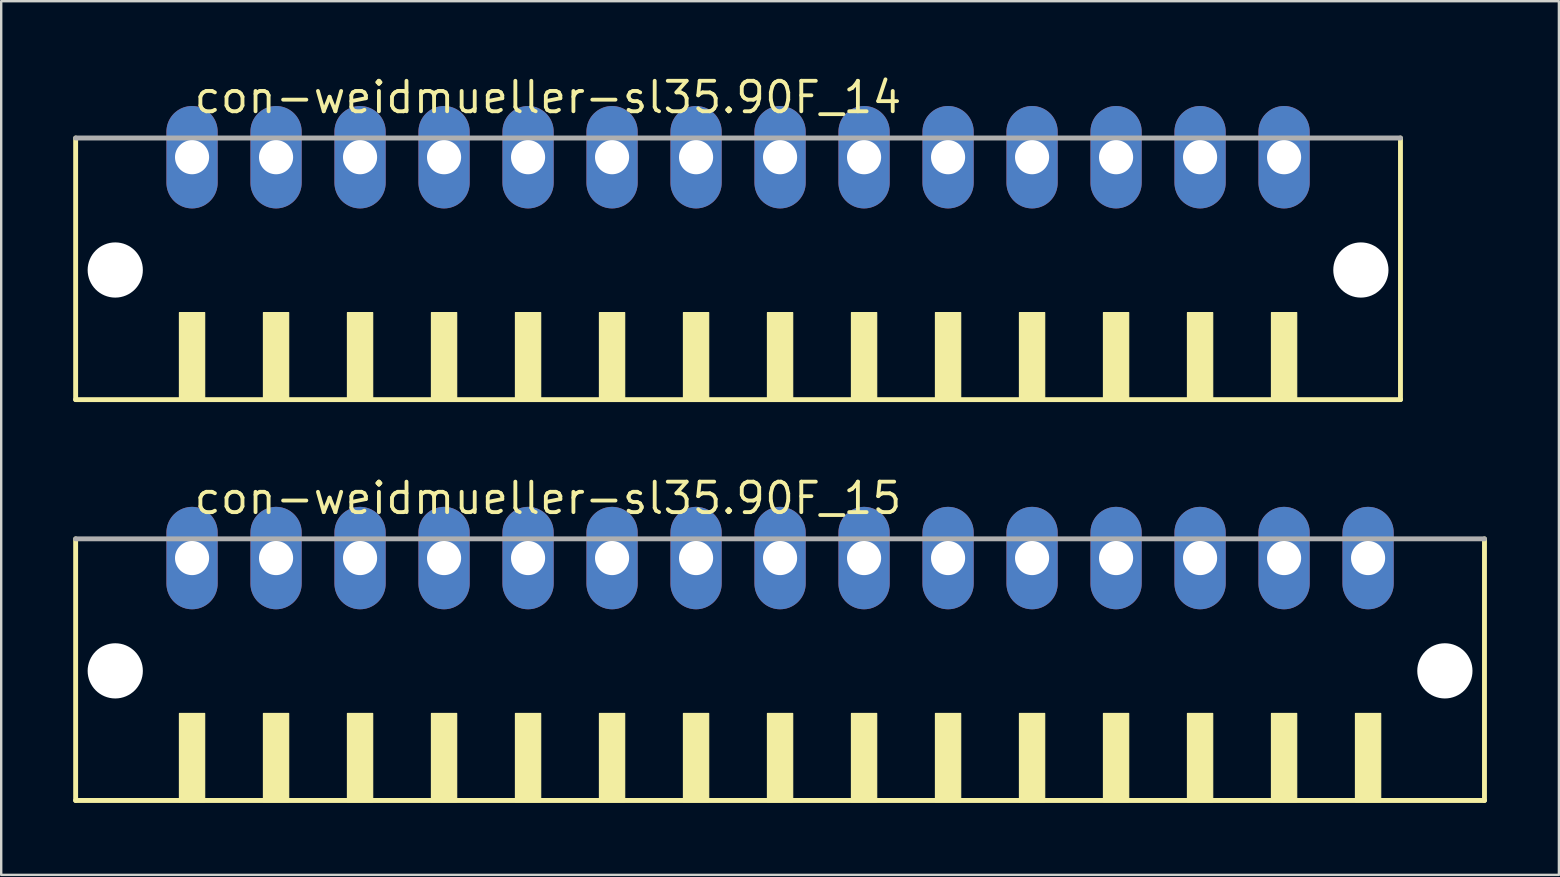
<source format=kicad_pcb>
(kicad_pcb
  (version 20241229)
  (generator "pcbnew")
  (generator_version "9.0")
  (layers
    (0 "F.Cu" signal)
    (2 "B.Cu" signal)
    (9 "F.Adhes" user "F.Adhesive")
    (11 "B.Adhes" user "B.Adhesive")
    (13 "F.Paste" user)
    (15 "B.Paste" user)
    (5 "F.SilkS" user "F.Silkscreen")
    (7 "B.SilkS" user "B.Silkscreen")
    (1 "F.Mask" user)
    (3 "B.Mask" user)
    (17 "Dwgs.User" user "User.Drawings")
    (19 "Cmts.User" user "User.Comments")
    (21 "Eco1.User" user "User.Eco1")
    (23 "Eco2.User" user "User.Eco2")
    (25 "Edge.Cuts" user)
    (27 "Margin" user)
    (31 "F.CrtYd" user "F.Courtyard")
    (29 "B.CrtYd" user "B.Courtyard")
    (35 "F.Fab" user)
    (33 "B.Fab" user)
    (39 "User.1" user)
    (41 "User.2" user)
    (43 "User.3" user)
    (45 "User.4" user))
  (footprint "con-weidmueller-sl35.90F_15"
    (layer "F.Cu")
    (at 29.452 25.452)
    (property "Reference" "con-weidmueller-sl35.90F_15" (at -24.5 -7 0) (layer "F.SilkS") (effects (font (size 1.27 1.27) (thickness 0.16)) (justify left bottom)))
    (attr through_hole)
    (fp_line (start -29.35 -6.05) (end -29.35 4.85) (stroke (width 0.203) (type default)) (layer "F.SilkS"))
    (fp_line (start -29.35 4.85) (end 29.35 4.85) (stroke (width 0.203) (type default)) (layer "F.SilkS"))
    (fp_line (start 29.35 4.85) (end 29.35 -6.05) (stroke (width 0.203) (type default)) (layer "F.SilkS"))
    (fp_rect (start -25.025 4.9) (end -23.975 1.225) (stroke (width 0.05) (type default)) (fill yes) (layer "F.SilkS"))
    (fp_rect (start -21.525 4.9) (end -20.475 1.225) (stroke (width 0.05) (type default)) (fill yes) (layer "F.SilkS"))
    (fp_rect (start -18.025 4.9) (end -16.975 1.225) (stroke (width 0.05) (type default)) (fill yes) (layer "F.SilkS"))
    (fp_rect (start -14.525 4.9) (end -13.475 1.225) (stroke (width 0.05) (type default)) (fill yes) (layer "F.SilkS"))
    (fp_rect (start -11.025 4.9) (end -9.975 1.225) (stroke (width 0.05) (type default)) (fill yes) (layer "F.SilkS"))
    (fp_rect (start -7.525 4.9) (end -6.475 1.225) (stroke (width 0.05) (type default)) (fill yes) (layer "F.SilkS"))
    (fp_rect (start -4.025 4.9) (end -2.975 1.225) (stroke (width 0.05) (type default)) (fill yes) (layer "F.SilkS"))
    (fp_rect (start -0.525 4.9) (end 0.525 1.225) (stroke (width 0.05) (type default)) (fill yes) (layer "F.SilkS"))
    (fp_rect (start 2.975 4.9) (end 4.025 1.225) (stroke (width 0.05) (type default)) (fill yes) (layer "F.SilkS"))
    (fp_rect (start 6.475 4.9) (end 7.525 1.225) (stroke (width 0.05) (type default)) (fill yes) (layer "F.SilkS"))
    (fp_rect (start 9.975 4.9) (end 11.025 1.225) (stroke (width 0.05) (type default)) (fill yes) (layer "F.SilkS"))
    (fp_rect (start 13.475 4.9) (end 14.525 1.225) (stroke (width 0.05) (type default)) (fill yes) (layer "F.SilkS"))
    (fp_rect (start 16.975 4.9) (end 18.025 1.225) (stroke (width 0.05) (type default)) (fill yes) (layer "F.SilkS"))
    (fp_rect (start 20.475 4.9) (end 21.525 1.225) (stroke (width 0.05) (type default)) (fill yes) (layer "F.SilkS"))
    (fp_rect (start 23.975 4.9) (end 25.025 1.225) (stroke (width 0.05) (type default)) (fill yes) (layer "F.SilkS"))
    (fp_line (start 29.35 -6.05) (end -29.35 -6.05) (stroke (width 0.203) (type default)) (layer "F.Fab"))
    (pad "" np_thru_hole circle (at -27.7 -0.55) (size 2.3 2.3) (drill 2.3) (layers "*.Cu" "*.Mask"))
    (pad "" np_thru_hole circle (at 27.7 -0.55) (size 2.3 2.3) (drill 2.3) (layers "*.Cu" "*.Mask"))
    (pad "1" thru_hole oval (at -24.5 -5.25 90) (size 4.267 2.134) (drill 1.422) (layers "*.Cu" "*.Mask"))
    (pad "2" thru_hole oval (at -21 -5.25 90) (size 4.267 2.134) (drill 1.422) (layers "*.Cu" "*.Mask"))
    (pad "3" thru_hole oval (at -17.5 -5.25 90) (size 4.267 2.134) (drill 1.422) (layers "*.Cu" "*.Mask"))
    (pad "4" thru_hole oval (at -14 -5.25 90) (size 4.267 2.134) (drill 1.422) (layers "*.Cu" "*.Mask"))
    (pad "5" thru_hole oval (at -10.5 -5.25 90) (size 4.267 2.134) (drill 1.422) (layers "*.Cu" "*.Mask"))
    (pad "6" thru_hole oval (at -7 -5.25 90) (size 4.267 2.134) (drill 1.422) (layers "*.Cu" "*.Mask"))
    (pad "7" thru_hole oval (at -3.5 -5.25 90) (size 4.267 2.134) (drill 1.422) (layers "*.Cu" "*.Mask"))
    (pad "8" thru_hole oval (at 0 -5.25 90) (size 4.267 2.134) (drill 1.422) (layers "*.Cu" "*.Mask"))
    (pad "9" thru_hole oval (at 3.5 -5.25 90) (size 4.267 2.134) (drill 1.422) (layers "*.Cu" "*.Mask"))
    (pad "10" thru_hole oval (at 7 -5.25 90) (size 4.267 2.134) (drill 1.422) (layers "*.Cu" "*.Mask"))
    (pad "11" thru_hole oval (at 10.5 -5.25 90) (size 4.267 2.134) (drill 1.422) (layers "*.Cu" "*.Mask"))
    (pad "12" thru_hole oval (at 14 -5.25 90) (size 4.267 2.134) (drill 1.422) (layers "*.Cu" "*.Mask"))
    (pad "13" thru_hole oval (at 17.5 -5.25 90) (size 4.267 2.134) (drill 1.422) (layers "*.Cu" "*.Mask"))
    (pad "14" thru_hole oval (at 21 -5.25 90) (size 4.267 2.134) (drill 1.422) (layers "*.Cu" "*.Mask"))
    (pad "15" thru_hole oval (at 24.5 -5.25 90) (size 4.267 2.134) (drill 1.422) (layers "*.Cu" "*.Mask")))
  (footprint "con-weidmueller-sl35.90F_14"
    (layer "F.Cu")
    (at 27.702 8.75)
    (property "Reference" "con-weidmueller-sl35.90F_14" (at -22.75 -7 0) (layer "F.SilkS") (effects (font (size 1.27 1.27) (thickness 0.16)) (justify left bottom)))
    (attr through_hole)
    (fp_line (start -27.6 -6.05) (end -27.6 4.85) (stroke (width 0.203) (type default)) (layer "F.SilkS"))
    (fp_line (start -27.6 4.85) (end 27.6 4.85) (stroke (width 0.203) (type default)) (layer "F.SilkS"))
    (fp_line (start 27.6 4.85) (end 27.6 -6.05) (stroke (width 0.203) (type default)) (layer "F.SilkS"))
    (fp_rect (start -23.275 4.9) (end -22.225 1.225) (stroke (width 0.05) (type default)) (fill yes) (layer "F.SilkS"))
    (fp_rect (start -19.775 4.9) (end -18.725 1.225) (stroke (width 0.05) (type default)) (fill yes) (layer "F.SilkS"))
    (fp_rect (start -16.275 4.9) (end -15.225 1.225) (stroke (width 0.05) (type default)) (fill yes) (layer "F.SilkS"))
    (fp_rect (start -12.775 4.9) (end -11.725 1.225) (stroke (width 0.05) (type default)) (fill yes) (layer "F.SilkS"))
    (fp_rect (start -9.275 4.9) (end -8.225 1.225) (stroke (width 0.05) (type default)) (fill yes) (layer "F.SilkS"))
    (fp_rect (start -5.775 4.9) (end -4.725 1.225) (stroke (width 0.05) (type default)) (fill yes) (layer "F.SilkS"))
    (fp_rect (start -2.275 4.9) (end -1.225 1.225) (stroke (width 0.05) (type default)) (fill yes) (layer "F.SilkS"))
    (fp_rect (start 1.225 4.9) (end 2.275 1.225) (stroke (width 0.05) (type default)) (fill yes) (layer "F.SilkS"))
    (fp_rect (start 4.725 4.9) (end 5.775 1.225) (stroke (width 0.05) (type default)) (fill yes) (layer "F.SilkS"))
    (fp_rect (start 8.225 4.9) (end 9.275 1.225) (stroke (width 0.05) (type default)) (fill yes) (layer "F.SilkS"))
    (fp_rect (start 11.725 4.9) (end 12.775 1.225) (stroke (width 0.05) (type default)) (fill yes) (layer "F.SilkS"))
    (fp_rect (start 15.225 4.9) (end 16.275 1.225) (stroke (width 0.05) (type default)) (fill yes) (layer "F.SilkS"))
    (fp_rect (start 18.725 4.9) (end 19.775 1.225) (stroke (width 0.05) (type default)) (fill yes) (layer "F.SilkS"))
    (fp_rect (start 22.225 4.9) (end 23.275 1.225) (stroke (width 0.05) (type default)) (fill yes) (layer "F.SilkS"))
    (fp_line (start 27.6 -6.05) (end -27.6 -6.05) (stroke (width 0.203) (type default)) (layer "F.Fab"))
    (pad "" np_thru_hole circle (at -25.95 -0.55) (size 2.3 2.3) (drill 2.3) (layers "*.Cu" "*.Mask"))
    (pad "" np_thru_hole circle (at 25.95 -0.55) (size 2.3 2.3) (drill 2.3) (layers "*.Cu" "*.Mask"))
    (pad "1" thru_hole oval (at -22.75 -5.25 90) (size 4.267 2.134) (drill 1.422) (layers "*.Cu" "*.Mask"))
    (pad "2" thru_hole oval (at -19.25 -5.25 90) (size 4.267 2.134) (drill 1.422) (layers "*.Cu" "*.Mask"))
    (pad "3" thru_hole oval (at -15.75 -5.25 90) (size 4.267 2.134) (drill 1.422) (layers "*.Cu" "*.Mask"))
    (pad "4" thru_hole oval (at -12.25 -5.25 90) (size 4.267 2.134) (drill 1.422) (layers "*.Cu" "*.Mask"))
    (pad "5" thru_hole oval (at -8.75 -5.25 90) (size 4.267 2.134) (drill 1.422) (layers "*.Cu" "*.Mask"))
    (pad "6" thru_hole oval (at -5.25 -5.25 90) (size 4.267 2.134) (drill 1.422) (layers "*.Cu" "*.Mask"))
    (pad "7" thru_hole oval (at -1.75 -5.25 90) (size 4.267 2.134) (drill 1.422) (layers "*.Cu" "*.Mask"))
    (pad "8" thru_hole oval (at 1.75 -5.25 90) (size 4.267 2.134) (drill 1.422) (layers "*.Cu" "*.Mask"))
    (pad "9" thru_hole oval (at 5.25 -5.25 90) (size 4.267 2.134) (drill 1.422) (layers "*.Cu" "*.Mask"))
    (pad "10" thru_hole oval (at 8.75 -5.25 90) (size 4.267 2.134) (drill 1.422) (layers "*.Cu" "*.Mask"))
    (pad "11" thru_hole oval (at 12.25 -5.25 90) (size 4.267 2.134) (drill 1.422) (layers "*.Cu" "*.Mask"))
    (pad "12" thru_hole oval (at 15.75 -5.25 90) (size 4.267 2.134) (drill 1.422) (layers "*.Cu" "*.Mask"))
    (pad "13" thru_hole oval (at 19.25 -5.25 90) (size 4.267 2.134) (drill 1.422) (layers "*.Cu" "*.Mask"))
    (pad "14" thru_hole oval (at 22.75 -5.25 90) (size 4.267 2.134) (drill 1.422) (layers "*.Cu" "*.Mask")))
  (gr_rect
    (start -3 -3)
    (end 61.903 33.403)
    (stroke (width 0.1) (type default))
    (fill no)
    (layer "Edge.Cuts")))
</source>
